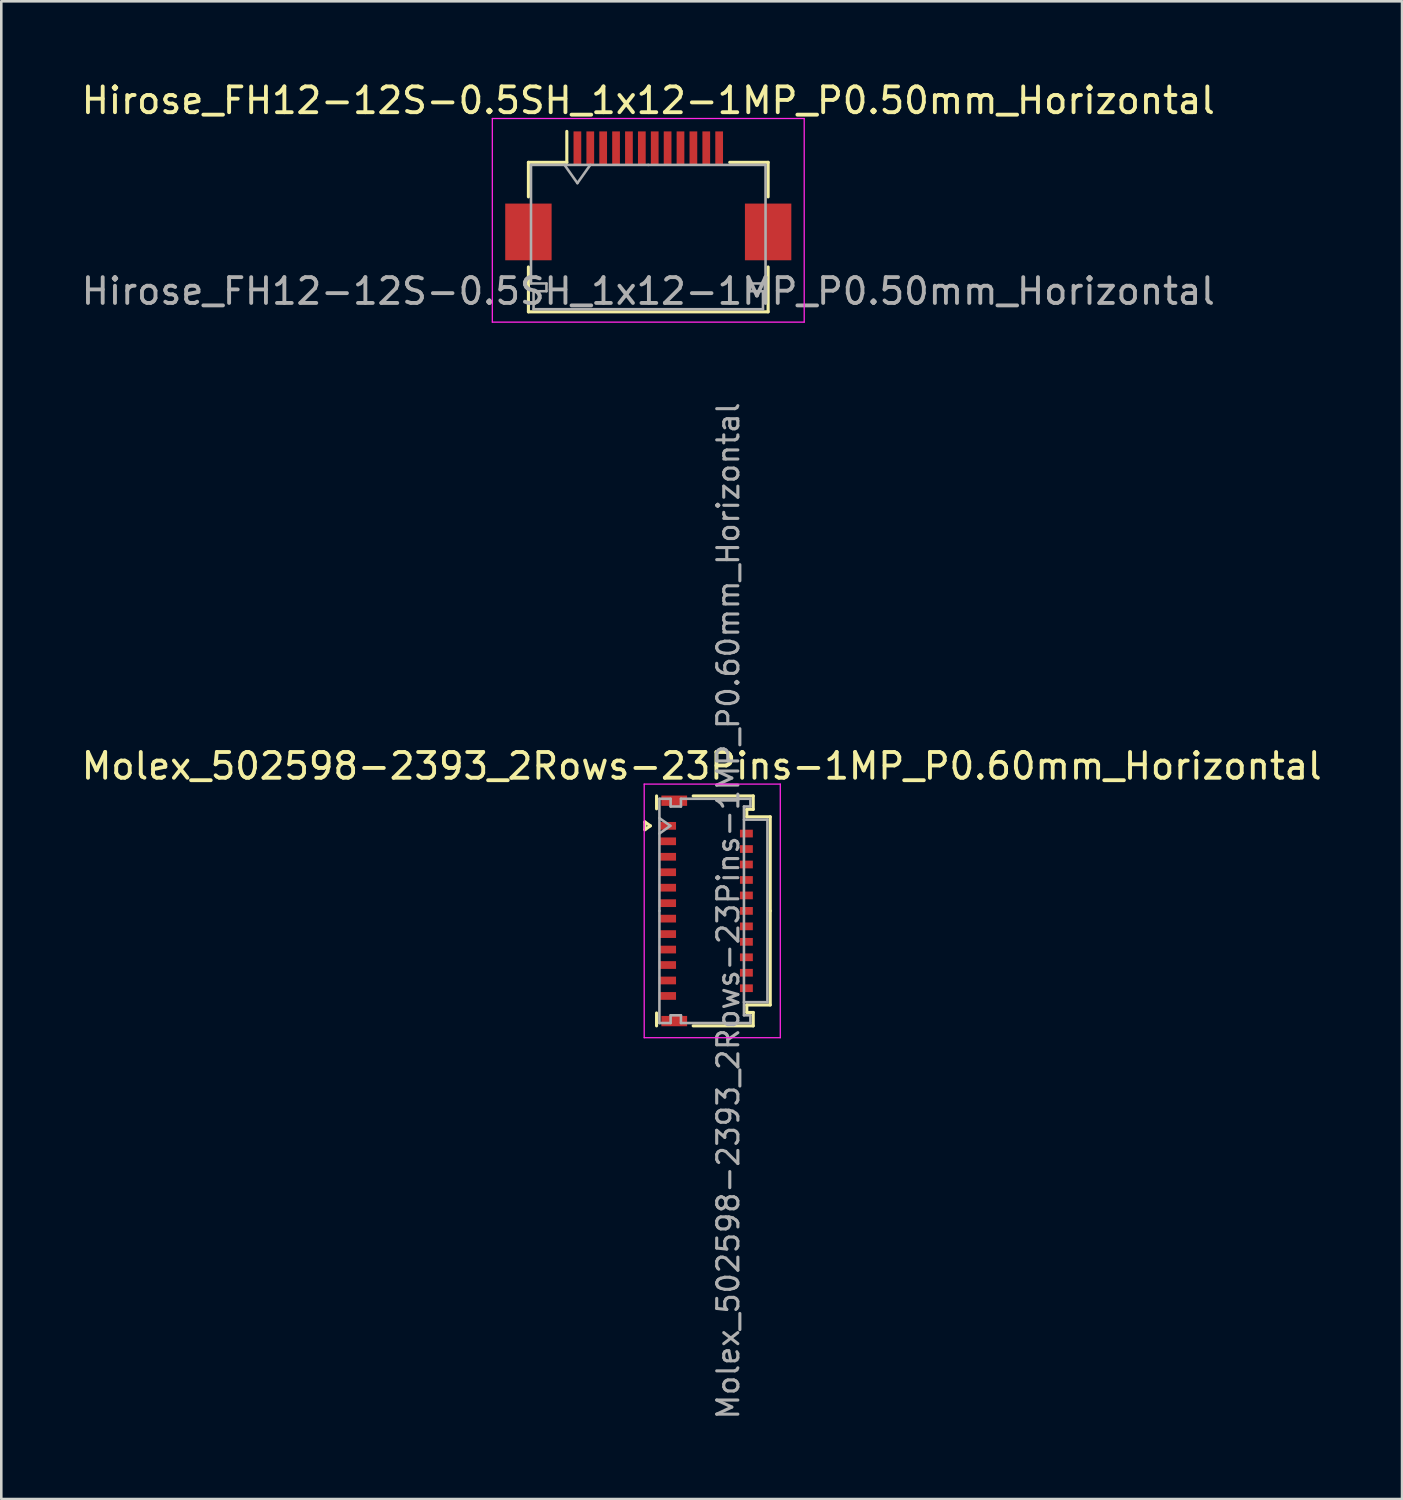
<source format=kicad_pcb>
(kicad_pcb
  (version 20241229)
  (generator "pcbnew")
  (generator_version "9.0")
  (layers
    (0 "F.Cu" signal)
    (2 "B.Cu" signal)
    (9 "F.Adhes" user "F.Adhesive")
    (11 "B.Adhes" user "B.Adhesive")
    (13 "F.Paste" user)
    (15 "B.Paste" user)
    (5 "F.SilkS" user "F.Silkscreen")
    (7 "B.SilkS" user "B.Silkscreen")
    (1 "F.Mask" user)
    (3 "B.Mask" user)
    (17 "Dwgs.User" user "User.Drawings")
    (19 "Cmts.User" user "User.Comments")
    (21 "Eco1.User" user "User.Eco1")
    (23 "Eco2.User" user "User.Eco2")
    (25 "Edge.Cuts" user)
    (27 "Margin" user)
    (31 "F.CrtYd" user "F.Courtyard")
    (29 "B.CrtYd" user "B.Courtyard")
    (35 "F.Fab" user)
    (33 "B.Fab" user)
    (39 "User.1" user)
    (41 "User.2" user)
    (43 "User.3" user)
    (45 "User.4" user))
  (footprint "Molex_502598-2393_2Rows-23Pins-1MP_P0.60mm_Horizontal"
    (layer "F.Cu")
    (at 24.243 32.29)
    (property "Reference" "Molex_502598-2393_2Rows-23Pins-1MP_P0.60mm_Horizontal" (at -0.07 -5.62 180) (layer "F.SilkS") (effects (font (size 1 1) (thickness 0.15))))
    (attr smd)
    (fp_line (start -2.272 -3.45) (end -2.06 -3.3) (stroke (width 0.12) (type solid)) (layer "F.SilkS"))
    (fp_line (start -2.272 -3.15) (end -2.272 -3.45) (stroke (width 0.12) (type solid)) (layer "F.SilkS"))
    (fp_line (start -2.06 -3.3) (end -2.272 -3.15) (stroke (width 0.12) (type solid)) (layer "F.SilkS"))
    (fp_line (start -1.82 -3.96) (end -1.82 -4.46) (stroke (width 0.12) (type solid)) (layer "F.SilkS"))
    (fp_line (start -1.82 3.96) (end -1.82 4.46) (stroke (width 0.12) (type solid)) (layer "F.SilkS"))
    (fp_line (start -0.4 -4.46) (end 1.93 -4.46) (stroke (width 0.12) (type solid)) (layer "F.SilkS"))
    (fp_line (start -0.4 4.46) (end 1.93 4.46) (stroke (width 0.12) (type solid)) (layer "F.SilkS"))
    (fp_line (start 1.68 -3.94) (end 1.68 -3.65) (stroke (width 0.12) (type solid)) (layer "F.SilkS"))
    (fp_line (start 1.68 -3.65) (end 2.59 -3.65) (stroke (width 0.12) (type solid)) (layer "F.SilkS"))
    (fp_line (start 1.68 3.65) (end 2.59 3.65) (stroke (width 0.12) (type solid)) (layer "F.SilkS"))
    (fp_line (start 1.68 3.94) (end 1.68 3.65) (stroke (width 0.12) (type solid)) (layer "F.SilkS"))
    (fp_line (start 1.93 -4.46) (end 1.93 -3.94) (stroke (width 0.12) (type solid)) (layer "F.SilkS"))
    (fp_line (start 1.93 -3.94) (end 1.68 -3.94) (stroke (width 0.12) (type solid)) (layer "F.SilkS"))
    (fp_line (start 1.93 3.94) (end 1.68 3.94) (stroke (width 0.12) (type solid)) (layer "F.SilkS"))
    (fp_line (start 1.93 4.46) (end 1.93 3.94) (stroke (width 0.12) (type solid)) (layer "F.SilkS"))
    (fp_line (start 2.59 -3.65) (end 2.59 0) (stroke (width 0.12) (type solid)) (layer "F.SilkS"))
    (fp_line (start 2.59 3.65) (end 2.59 0) (stroke (width 0.12) (type solid)) (layer "F.SilkS"))
    (fp_line (start -2.3 -4.92) (end -2.3 4.92) (stroke (width 0.05) (type solid)) (layer "F.CrtYd"))
    (fp_line (start -2.3 4.92) (end 2.98 4.92) (stroke (width 0.05) (type solid)) (layer "F.CrtYd"))
    (fp_line (start 2.98 -4.92) (end -2.3 -4.92) (stroke (width 0.05) (type solid)) (layer "F.CrtYd"))
    (fp_line (start 2.98 4.92) (end 2.98 -4.92) (stroke (width 0.05) (type solid)) (layer "F.CrtYd"))
    (fp_line (start -1.71 -4.35) (end -1.275 -4.35) (stroke (width 0.1) (type solid)) (layer "F.Fab"))
    (fp_line (start -1.71 -3.6) (end -1.286 -3.3) (stroke (width 0.1) (type solid)) (layer "F.Fab"))
    (fp_line (start -1.71 0) (end -1.71 -4.35) (stroke (width 0.1) (type solid)) (layer "F.Fab"))
    (fp_line (start -1.71 0) (end -1.71 4.35) (stroke (width 0.1) (type solid)) (layer "F.Fab"))
    (fp_line (start -1.71 4.35) (end -1.275 4.35) (stroke (width 0.1) (type solid)) (layer "F.Fab"))
    (fp_line (start -1.286 -3.3) (end -1.71 -3) (stroke (width 0.1) (type solid)) (layer "F.Fab"))
    (fp_line (start -1.275 -4.35) (end -1.275 -4.05) (stroke (width 0.1) (type solid)) (layer "F.Fab"))
    (fp_line (start -1.275 -4.05) (end -0.875 -4.05) (stroke (width 0.1) (type solid)) (layer "F.Fab"))
    (fp_line (start -1.275 4.05) (end -0.875 4.05) (stroke (width 0.1) (type solid)) (layer "F.Fab"))
    (fp_line (start -1.275 4.35) (end -1.275 4.05) (stroke (width 0.1) (type solid)) (layer "F.Fab"))
    (fp_line (start -0.875 -4.35) (end 1.82 -4.35) (stroke (width 0.1) (type solid)) (layer "F.Fab"))
    (fp_line (start -0.875 -4.05) (end -0.875 -4.35) (stroke (width 0.1) (type solid)) (layer "F.Fab"))
    (fp_line (start -0.875 4.05) (end -0.875 4.35) (stroke (width 0.1) (type solid)) (layer "F.Fab"))
    (fp_line (start -0.875 4.35) (end 1.82 4.35) (stroke (width 0.1) (type solid)) (layer "F.Fab"))
    (fp_line (start 1.57 -4.05) (end 1.57 0) (stroke (width 0.1) (type solid)) (layer "F.Fab"))
    (fp_line (start 1.57 -3.54) (end 2.48 -3.54) (stroke (width 0.1) (type solid)) (layer "F.Fab"))
    (fp_line (start 1.57 4.05) (end 1.57 0) (stroke (width 0.1) (type solid)) (layer "F.Fab"))
    (fp_line (start 1.82 -4.35) (end 1.82 -4.05) (stroke (width 0.1) (type solid)) (layer "F.Fab"))
    (fp_line (start 1.82 -4.05) (end 1.57 -4.05) (stroke (width 0.1) (type solid)) (layer "F.Fab"))
    (fp_line (start 1.82 4.05) (end 1.57 4.05) (stroke (width 0.1) (type solid)) (layer "F.Fab"))
    (fp_line (start 1.82 4.35) (end 1.82 4.05) (stroke (width 0.1) (type solid)) (layer "F.Fab"))
    (fp_line (start 2.48 -3.54) (end 2.48 3.54) (stroke (width 0.1) (type solid)) (layer "F.Fab"))
    (fp_line (start 2.48 3.54) (end 1.57 3.54) (stroke (width 0.1) (type solid)) (layer "F.Fab"))
    (fp_text user "${REFERENCE}" (at 0.96 0 90) (layer "F.Fab") (effects (font (size 0.82 0.82) (thickness 0.12))))
    (pad "1" smd rect (at -1.4 -3.3) (size 0.67 0.3) (layers "F.Cu" "F.Mask" "F.Paste"))
    (pad "2" smd rect (at 1.665 -3) (size 0.5 0.3) (layers "F.Cu" "F.Mask" "F.Paste"))
    (pad "3" smd rect (at -1.4 -2.7) (size 0.67 0.3) (layers "F.Cu" "F.Mask" "F.Paste"))
    (pad "4" smd rect (at 1.665 -2.4) (size 0.5 0.3) (layers "F.Cu" "F.Mask" "F.Paste"))
    (pad "5" smd rect (at -1.4 -2.1) (size 0.67 0.3) (layers "F.Cu" "F.Mask" "F.Paste"))
    (pad "6" smd rect (at 1.665 -1.8) (size 0.5 0.3) (layers "F.Cu" "F.Mask" "F.Paste"))
    (pad "7" smd rect (at -1.4 -1.5) (size 0.67 0.3) (layers "F.Cu" "F.Mask" "F.Paste"))
    (pad "8" smd rect (at 1.665 -1.2) (size 0.5 0.3) (layers "F.Cu" "F.Mask" "F.Paste"))
    (pad "9" smd rect (at -1.4 -0.9) (size 0.67 0.3) (layers "F.Cu" "F.Mask" "F.Paste"))
    (pad "10" smd rect (at 1.665 -0.6) (size 0.5 0.3) (layers "F.Cu" "F.Mask" "F.Paste"))
    (pad "11" smd rect (at -1.4 -0.3) (size 0.67 0.3) (layers "F.Cu" "F.Mask" "F.Paste"))
    (pad "12" smd rect (at 1.665 0) (size 0.5 0.3) (layers "F.Cu" "F.Mask" "F.Paste"))
    (pad "13" smd rect (at -1.4 0.3) (size 0.67 0.3) (layers "F.Cu" "F.Mask" "F.Paste"))
    (pad "14" smd rect (at 1.665 0.6) (size 0.5 0.3) (layers "F.Cu" "F.Mask" "F.Paste"))
    (pad "15" smd rect (at -1.4 0.9) (size 0.67 0.3) (layers "F.Cu" "F.Mask" "F.Paste"))
    (pad "16" smd rect (at 1.665 1.2) (size 0.5 0.3) (layers "F.Cu" "F.Mask" "F.Paste"))
    (pad "17" smd rect (at -1.4 1.5) (size 0.67 0.3) (layers "F.Cu" "F.Mask" "F.Paste"))
    (pad "18" smd rect (at 1.665 1.8) (size 0.5 0.3) (layers "F.Cu" "F.Mask" "F.Paste"))
    (pad "19" smd rect (at -1.4 2.1) (size 0.67 0.3) (layers "F.Cu" "F.Mask" "F.Paste"))
    (pad "20" smd rect (at 1.665 2.4) (size 0.5 0.3) (layers "F.Cu" "F.Mask" "F.Paste"))
    (pad "21" smd rect (at -1.4 2.7) (size 0.67 0.3) (layers "F.Cu" "F.Mask" "F.Paste"))
    (pad "22" smd rect (at 1.665 3) (size 0.5 0.3) (layers "F.Cu" "F.Mask" "F.Paste"))
    (pad "23" smd rect (at -1.4 3.3) (size 0.67 0.3) (layers "F.Cu" "F.Mask" "F.Paste"))
    (pad "MP" smd rect (at -1.135 -4.275) (size 1 0.4) (layers "F.Cu" "F.Mask" "F.Paste"))
    (pad "MP" smd rect (at -1.135 4.275) (size 1 0.4) (layers "F.Cu" "F.Mask" "F.Paste")))
  (footprint "Hirose_FH12-12S-0.5SH_1x12-1MP_P0.50mm_Horizontal"
    (layer "F.Cu")
    (at 22.101 4.548)
    (property "Reference" "Hirose_FH12-12S-0.5SH_1x12-1MP_P0.50mm_Horizontal" (at 0 -3.7 0) (layer "F.SilkS") (effects (font (size 1 1) (thickness 0.15))))
    (attr smd)
    (fp_line (start -4.65 -1.3) (end -4.65 0.04) (stroke (width 0.12) (type solid)) (layer "F.SilkS"))
    (fp_line (start -4.65 2.76) (end -4.65 4.5) (stroke (width 0.12) (type solid)) (layer "F.SilkS"))
    (fp_line (start -4.65 4.5) (end 4.65 4.5) (stroke (width 0.12) (type solid)) (layer "F.SilkS"))
    (fp_line (start -3.16 -1.3) (end -4.65 -1.3) (stroke (width 0.12) (type solid)) (layer "F.SilkS"))
    (fp_line (start -3.16 -1.3) (end -3.16 -2.5) (stroke (width 0.12) (type solid)) (layer "F.SilkS"))
    (fp_line (start 3.16 -1.3) (end 4.65 -1.3) (stroke (width 0.12) (type solid)) (layer "F.SilkS"))
    (fp_line (start 4.65 -1.3) (end 4.65 0.04) (stroke (width 0.12) (type solid)) (layer "F.SilkS"))
    (fp_line (start 4.65 4.5) (end 4.65 2.76) (stroke (width 0.12) (type solid)) (layer "F.SilkS"))
    (fp_line (start -6.05 -3) (end -6.05 4.9) (stroke (width 0.05) (type solid)) (layer "F.CrtYd"))
    (fp_line (start -6.05 4.9) (end 6.05 4.9) (stroke (width 0.05) (type solid)) (layer "F.CrtYd"))
    (fp_line (start 6.05 -3) (end -6.05 -3) (stroke (width 0.05) (type solid)) (layer "F.CrtYd"))
    (fp_line (start 6.05 4.9) (end 6.05 -3) (stroke (width 0.05) (type solid)) (layer "F.CrtYd"))
    (fp_line (start -4.55 -1.2) (end -4.55 3.4) (stroke (width 0.1) (type solid)) (layer "F.Fab"))
    (fp_line (start -4.55 3.4) (end -3.95 3.4) (stroke (width 0.1) (type solid)) (layer "F.Fab"))
    (fp_line (start -4.45 3.7) (end -4.45 4.4) (stroke (width 0.1) (type solid)) (layer "F.Fab"))
    (fp_line (start -4.45 4.4) (end 0 4.4) (stroke (width 0.1) (type solid)) (layer "F.Fab"))
    (fp_line (start -3.95 3.4) (end -3.95 3.7) (stroke (width 0.1) (type solid)) (layer "F.Fab"))
    (fp_line (start -3.95 3.7) (end -4.45 3.7) (stroke (width 0.1) (type solid)) (layer "F.Fab"))
    (fp_line (start -3.25 -1.2) (end -2.75 -0.493) (stroke (width 0.1) (type solid)) (layer "F.Fab"))
    (fp_line (start -2.75 -0.493) (end -2.25 -1.2) (stroke (width 0.1) (type solid)) (layer "F.Fab"))
    (fp_line (start 0 -1.2) (end -4.55 -1.2) (stroke (width 0.1) (type solid)) (layer "F.Fab"))
    (fp_line (start 0 -1.2) (end 4.55 -1.2) (stroke (width 0.1) (type solid)) (layer "F.Fab"))
    (fp_line (start 3.95 3.4) (end 3.95 3.7) (stroke (width 0.1) (type solid)) (layer "F.Fab"))
    (fp_line (start 3.95 3.7) (end 4.45 3.7) (stroke (width 0.1) (type solid)) (layer "F.Fab"))
    (fp_line (start 4.45 3.7) (end 4.45 4.4) (stroke (width 0.1) (type solid)) (layer "F.Fab"))
    (fp_line (start 4.45 4.4) (end 0 4.4) (stroke (width 0.1) (type solid)) (layer "F.Fab"))
    (fp_line (start 4.55 -1.2) (end 4.55 3.4) (stroke (width 0.1) (type solid)) (layer "F.Fab"))
    (fp_line (start 4.55 3.4) (end 3.95 3.4) (stroke (width 0.1) (type solid)) (layer "F.Fab"))
    (fp_text user "${REFERENCE}" (at 0 3.7 0) (layer "F.Fab") (effects (font (size 1 1) (thickness 0.15))))
    (pad "1" smd rect (at -2.75 -1.85) (size 0.3 1.3) (layers "F.Cu" "F.Mask" "F.Paste"))
    (pad "2" smd rect (at -2.25 -1.85) (size 0.3 1.3) (layers "F.Cu" "F.Mask" "F.Paste"))
    (pad "3" smd rect (at -1.75 -1.85) (size 0.3 1.3) (layers "F.Cu" "F.Mask" "F.Paste"))
    (pad "4" smd rect (at -1.25 -1.85) (size 0.3 1.3) (layers "F.Cu" "F.Mask" "F.Paste"))
    (pad "5" smd rect (at -0.75 -1.85) (size 0.3 1.3) (layers "F.Cu" "F.Mask" "F.Paste"))
    (pad "6" smd rect (at -0.25 -1.85) (size 0.3 1.3) (layers "F.Cu" "F.Mask" "F.Paste"))
    (pad "7" smd rect (at 0.25 -1.85) (size 0.3 1.3) (layers "F.Cu" "F.Mask" "F.Paste"))
    (pad "8" smd rect (at 0.75 -1.85) (size 0.3 1.3) (layers "F.Cu" "F.Mask" "F.Paste"))
    (pad "9" smd rect (at 1.25 -1.85) (size 0.3 1.3) (layers "F.Cu" "F.Mask" "F.Paste"))
    (pad "10" smd rect (at 1.75 -1.85) (size 0.3 1.3) (layers "F.Cu" "F.Mask" "F.Paste"))
    (pad "11" smd rect (at 2.25 -1.85) (size 0.3 1.3) (layers "F.Cu" "F.Mask" "F.Paste"))
    (pad "12" smd rect (at 2.75 -1.85) (size 0.3 1.3) (layers "F.Cu" "F.Mask" "F.Paste"))
    (pad "MP" smd rect (at -4.65 1.4) (size 1.8 2.2) (layers "F.Cu" "F.Mask" "F.Paste"))
    (pad "MP" smd rect (at 4.65 1.4) (size 1.8 2.2) (layers "F.Cu" "F.Mask" "F.Paste")))
  (gr_rect
    (start -3 -3)
    (end 51.345 55.107)
    (stroke (width 0.1) (type default))
    (fill no)
    (layer "Edge.Cuts")))
</source>
